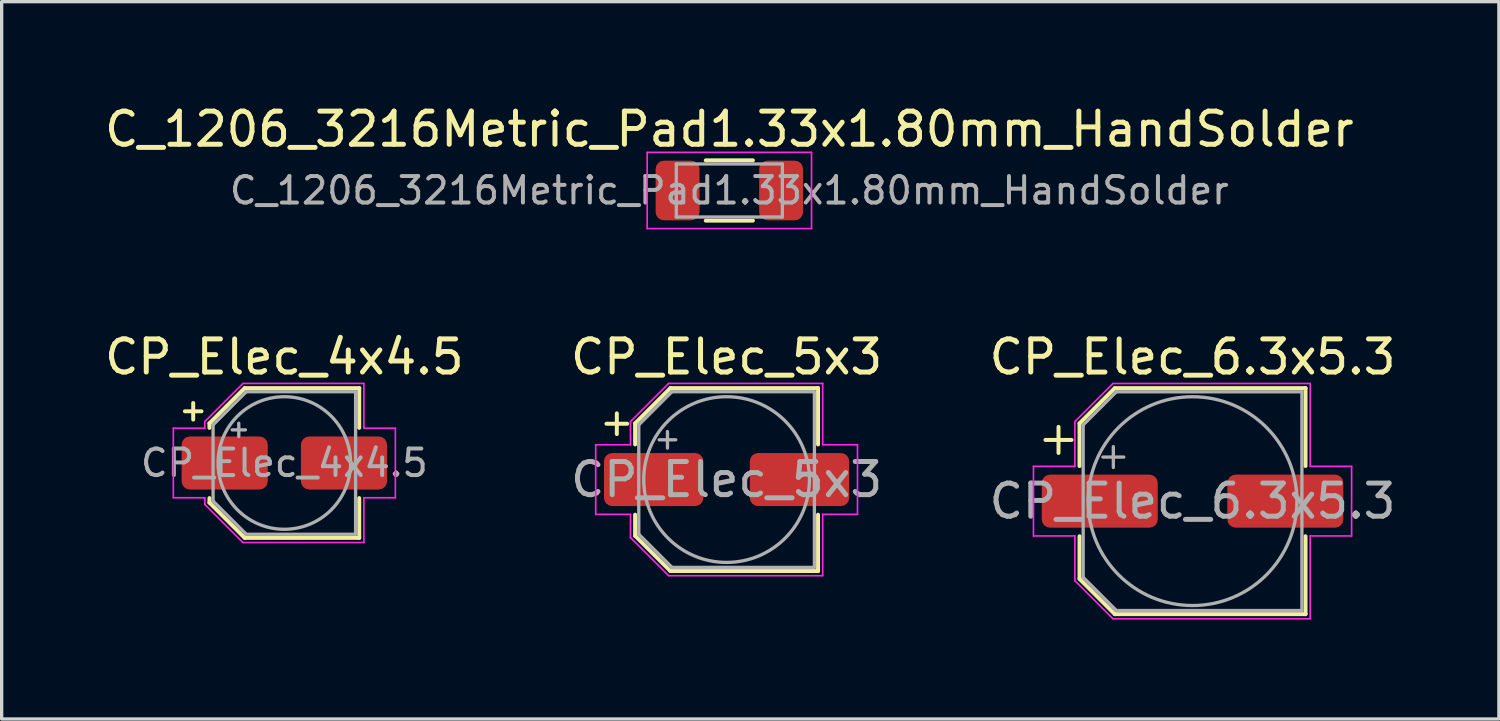
<source format=kicad_pcb>
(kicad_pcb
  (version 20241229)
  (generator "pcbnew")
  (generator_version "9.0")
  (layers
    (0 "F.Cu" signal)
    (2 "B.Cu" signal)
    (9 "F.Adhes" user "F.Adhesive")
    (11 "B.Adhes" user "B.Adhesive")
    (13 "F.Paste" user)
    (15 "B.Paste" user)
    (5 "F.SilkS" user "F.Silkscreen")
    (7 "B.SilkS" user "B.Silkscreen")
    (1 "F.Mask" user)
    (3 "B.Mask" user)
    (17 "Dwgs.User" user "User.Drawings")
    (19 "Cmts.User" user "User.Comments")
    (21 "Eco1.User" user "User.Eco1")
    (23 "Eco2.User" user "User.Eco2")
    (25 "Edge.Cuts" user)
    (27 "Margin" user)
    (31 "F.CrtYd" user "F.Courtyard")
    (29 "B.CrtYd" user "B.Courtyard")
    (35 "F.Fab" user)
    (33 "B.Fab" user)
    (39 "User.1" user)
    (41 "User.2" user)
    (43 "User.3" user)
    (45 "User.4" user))
  (footprint "CP_Elec_4x4.5"
    (layer "F.Cu")
    (at 5.53 10.921)
    (property "Reference" "CP_Elec_4x4.5" (at 0 -3.2 0) (layer "F.SilkS") (effects (font (size 1 1) (thickness 0.15))))
    (attr smd)
    (fp_line (start -3 -1.56) (end -2.5 -1.56) (stroke (width 0.12) (type solid)) (layer "F.SilkS"))
    (fp_line (start -2.75 -1.81) (end -2.75 -1.31) (stroke (width 0.12) (type solid)) (layer "F.SilkS"))
    (fp_line (start -2.26 -1.196) (end -2.26 -1.06) (stroke (width 0.12) (type solid)) (layer "F.SilkS"))
    (fp_line (start -2.26 -1.196) (end -1.196 -2.26) (stroke (width 0.12) (type solid)) (layer "F.SilkS"))
    (fp_line (start -2.26 1.196) (end -2.26 1.06) (stroke (width 0.12) (type solid)) (layer "F.SilkS"))
    (fp_line (start -2.26 1.196) (end -1.196 2.26) (stroke (width 0.12) (type solid)) (layer "F.SilkS"))
    (fp_line (start -1.196 -2.26) (end 2.26 -2.26) (stroke (width 0.12) (type solid)) (layer "F.SilkS"))
    (fp_line (start -1.196 2.26) (end 2.26 2.26) (stroke (width 0.12) (type solid)) (layer "F.SilkS"))
    (fp_line (start 2.26 -2.26) (end 2.26 -1.06) (stroke (width 0.12) (type solid)) (layer "F.SilkS"))
    (fp_line (start 2.26 2.26) (end 2.26 1.06) (stroke (width 0.12) (type solid)) (layer "F.SilkS"))
    (fp_line (start -3.35 -1.05) (end -3.35 1.05) (stroke (width 0.05) (type solid)) (layer "F.CrtYd"))
    (fp_line (start -3.35 1.05) (end -2.4 1.05) (stroke (width 0.05) (type solid)) (layer "F.CrtYd"))
    (fp_line (start -2.4 -1.25) (end -2.4 -1.05) (stroke (width 0.05) (type solid)) (layer "F.CrtYd"))
    (fp_line (start -2.4 -1.25) (end -1.25 -2.4) (stroke (width 0.05) (type solid)) (layer "F.CrtYd"))
    (fp_line (start -2.4 -1.05) (end -3.35 -1.05) (stroke (width 0.05) (type solid)) (layer "F.CrtYd"))
    (fp_line (start -2.4 1.05) (end -2.4 1.25) (stroke (width 0.05) (type solid)) (layer "F.CrtYd"))
    (fp_line (start -2.4 1.25) (end -1.25 2.4) (stroke (width 0.05) (type solid)) (layer "F.CrtYd"))
    (fp_line (start -1.25 -2.4) (end 2.4 -2.4) (stroke (width 0.05) (type solid)) (layer "F.CrtYd"))
    (fp_line (start -1.25 2.4) (end 2.4 2.4) (stroke (width 0.05) (type solid)) (layer "F.CrtYd"))
    (fp_line (start 2.4 -2.4) (end 2.4 -1.05) (stroke (width 0.05) (type solid)) (layer "F.CrtYd"))
    (fp_line (start 2.4 -1.05) (end 3.35 -1.05) (stroke (width 0.05) (type solid)) (layer "F.CrtYd"))
    (fp_line (start 2.4 1.05) (end 2.4 2.4) (stroke (width 0.05) (type solid)) (layer "F.CrtYd"))
    (fp_line (start 3.35 -1.05) (end 3.35 1.05) (stroke (width 0.05) (type solid)) (layer "F.CrtYd"))
    (fp_line (start 3.35 1.05) (end 2.4 1.05) (stroke (width 0.05) (type solid)) (layer "F.CrtYd"))
    (fp_line (start -2.15 -1.15) (end -2.15 1.15) (stroke (width 0.1) (type solid)) (layer "F.Fab"))
    (fp_line (start -2.15 -1.15) (end -1.15 -2.15) (stroke (width 0.1) (type solid)) (layer "F.Fab"))
    (fp_line (start -2.15 1.15) (end -1.15 2.15) (stroke (width 0.1) (type solid)) (layer "F.Fab"))
    (fp_line (start -1.575 -1) (end -1.175 -1) (stroke (width 0.1) (type solid)) (layer "F.Fab"))
    (fp_line (start -1.375 -1.2) (end -1.375 -0.8) (stroke (width 0.1) (type solid)) (layer "F.Fab"))
    (fp_line (start -1.15 -2.15) (end 2.15 -2.15) (stroke (width 0.1) (type solid)) (layer "F.Fab"))
    (fp_line (start -1.15 2.15) (end 2.15 2.15) (stroke (width 0.1) (type solid)) (layer "F.Fab"))
    (fp_line (start 2.15 -2.15) (end 2.15 2.15) (stroke (width 0.1) (type solid)) (layer "F.Fab"))
    (fp_circle (center 0 0) (end 2 0) (stroke (width 0.1) (type solid)) (fill no) (layer "F.Fab"))
    (fp_text user "${REFERENCE}" (at 0 0 0) (layer "F.Fab") (effects (font (size 0.8 0.8) (thickness 0.12))))
    (pad "1" smd roundrect (at -1.8 0) (size 2.6 1.6) (layers "F.Cu" "F.Mask" "F.Paste") (roundrect_rratio 0.156))
    (pad "2" smd roundrect (at 1.8 0) (size 2.6 1.6) (layers "F.Cu" "F.Mask" "F.Paste") (roundrect_rratio 0.156)))
  (footprint "CP_Elec_6.3x5.3"
    (layer "F.Cu")
    (at 32.935 12.072)
    (property "Reference" "CP_Elec_6.3x5.3" (at 0 -4.35 0) (layer "F.SilkS") (effects (font (size 1 1) (thickness 0.15))))
    (attr smd)
    (fp_line (start -4.438 -1.847) (end -3.65 -1.847) (stroke (width 0.12) (type solid)) (layer "F.SilkS"))
    (fp_line (start -4.044 -2.241) (end -4.044 -1.454) (stroke (width 0.12) (type solid)) (layer "F.SilkS"))
    (fp_line (start -3.41 -2.346) (end -3.41 -1.06) (stroke (width 0.12) (type solid)) (layer "F.SilkS"))
    (fp_line (start -3.41 -2.346) (end -2.346 -3.41) (stroke (width 0.12) (type solid)) (layer "F.SilkS"))
    (fp_line (start -3.41 2.346) (end -3.41 1.06) (stroke (width 0.12) (type solid)) (layer "F.SilkS"))
    (fp_line (start -3.41 2.346) (end -2.346 3.41) (stroke (width 0.12) (type solid)) (layer "F.SilkS"))
    (fp_line (start -2.346 -3.41) (end 3.41 -3.41) (stroke (width 0.12) (type solid)) (layer "F.SilkS"))
    (fp_line (start -2.346 3.41) (end 3.41 3.41) (stroke (width 0.12) (type solid)) (layer "F.SilkS"))
    (fp_line (start 3.41 -3.41) (end 3.41 -1.06) (stroke (width 0.12) (type solid)) (layer "F.SilkS"))
    (fp_line (start 3.41 3.41) (end 3.41 1.06) (stroke (width 0.12) (type solid)) (layer "F.SilkS"))
    (fp_line (start -4.8 -1.05) (end -4.8 1.05) (stroke (width 0.05) (type solid)) (layer "F.CrtYd"))
    (fp_line (start -4.8 1.05) (end -3.55 1.05) (stroke (width 0.05) (type solid)) (layer "F.CrtYd"))
    (fp_line (start -3.55 -2.4) (end -3.55 -1.05) (stroke (width 0.05) (type solid)) (layer "F.CrtYd"))
    (fp_line (start -3.55 -2.4) (end -2.4 -3.55) (stroke (width 0.05) (type solid)) (layer "F.CrtYd"))
    (fp_line (start -3.55 -1.05) (end -4.8 -1.05) (stroke (width 0.05) (type solid)) (layer "F.CrtYd"))
    (fp_line (start -3.55 1.05) (end -3.55 2.4) (stroke (width 0.05) (type solid)) (layer "F.CrtYd"))
    (fp_line (start -3.55 2.4) (end -2.4 3.55) (stroke (width 0.05) (type solid)) (layer "F.CrtYd"))
    (fp_line (start -2.4 -3.55) (end 3.55 -3.55) (stroke (width 0.05) (type solid)) (layer "F.CrtYd"))
    (fp_line (start -2.4 3.55) (end 3.55 3.55) (stroke (width 0.05) (type solid)) (layer "F.CrtYd"))
    (fp_line (start 3.55 -3.55) (end 3.55 -1.05) (stroke (width 0.05) (type solid)) (layer "F.CrtYd"))
    (fp_line (start 3.55 -1.05) (end 4.8 -1.05) (stroke (width 0.05) (type solid)) (layer "F.CrtYd"))
    (fp_line (start 3.55 1.05) (end 3.55 3.55) (stroke (width 0.05) (type solid)) (layer "F.CrtYd"))
    (fp_line (start 4.8 -1.05) (end 4.8 1.05) (stroke (width 0.05) (type solid)) (layer "F.CrtYd"))
    (fp_line (start 4.8 1.05) (end 3.55 1.05) (stroke (width 0.05) (type solid)) (layer "F.CrtYd"))
    (fp_line (start -3.3 -2.3) (end -3.3 2.3) (stroke (width 0.1) (type solid)) (layer "F.Fab"))
    (fp_line (start -3.3 -2.3) (end -2.3 -3.3) (stroke (width 0.1) (type solid)) (layer "F.Fab"))
    (fp_line (start -3.3 2.3) (end -2.3 3.3) (stroke (width 0.1) (type solid)) (layer "F.Fab"))
    (fp_line (start -2.705 -1.33) (end -2.075 -1.33) (stroke (width 0.1) (type solid)) (layer "F.Fab"))
    (fp_line (start -2.39 -1.645) (end -2.39 -1.015) (stroke (width 0.1) (type solid)) (layer "F.Fab"))
    (fp_line (start -2.3 -3.3) (end 3.3 -3.3) (stroke (width 0.1) (type solid)) (layer "F.Fab"))
    (fp_line (start -2.3 3.3) (end 3.3 3.3) (stroke (width 0.1) (type solid)) (layer "F.Fab"))
    (fp_line (start 3.3 -3.3) (end 3.3 3.3) (stroke (width 0.1) (type solid)) (layer "F.Fab"))
    (fp_circle (center 0 0) (end 3.15 0) (stroke (width 0.1) (type solid)) (fill no) (layer "F.Fab"))
    (fp_text user "${REFERENCE}" (at 0 0 0) (layer "F.Fab") (effects (font (size 1 1) (thickness 0.15))))
    (pad "1" smd roundrect (at -2.8 0) (size 3.5 1.6) (layers "F.Cu" "F.Mask" "F.Paste") (roundrect_rratio 0.156))
    (pad "2" smd roundrect (at 2.8 0) (size 3.5 1.6) (layers "F.Cu" "F.Mask" "F.Paste") (roundrect_rratio 0.156)))
  (footprint "C_1206_3216Metric_Pad1.33x1.80mm_HandSolder"
    (layer "F.Cu")
    (at 18.958 2.698)
    (property "Reference" "C_1206_3216Metric_Pad1.33x1.80mm_HandSolder" (at 0 -1.85 0) (layer "F.SilkS") (effects (font (size 1 1) (thickness 0.15))))
    (attr smd)
    (fp_line (start -0.711 -0.91) (end 0.711 -0.91) (stroke (width 0.12) (type solid)) (layer "F.SilkS"))
    (fp_line (start -0.711 0.91) (end 0.711 0.91) (stroke (width 0.12) (type solid)) (layer "F.SilkS"))
    (fp_line (start -2.48 -1.15) (end 2.48 -1.15) (stroke (width 0.05) (type solid)) (layer "F.CrtYd"))
    (fp_line (start -2.48 1.15) (end -2.48 -1.15) (stroke (width 0.05) (type solid)) (layer "F.CrtYd"))
    (fp_line (start 2.48 -1.15) (end 2.48 1.15) (stroke (width 0.05) (type solid)) (layer "F.CrtYd"))
    (fp_line (start 2.48 1.15) (end -2.48 1.15) (stroke (width 0.05) (type solid)) (layer "F.CrtYd"))
    (fp_line (start -1.6 -0.8) (end 1.6 -0.8) (stroke (width 0.1) (type solid)) (layer "F.Fab"))
    (fp_line (start -1.6 0.8) (end -1.6 -0.8) (stroke (width 0.1) (type solid)) (layer "F.Fab"))
    (fp_line (start 1.6 -0.8) (end 1.6 0.8) (stroke (width 0.1) (type solid)) (layer "F.Fab"))
    (fp_line (start 1.6 0.8) (end -1.6 0.8) (stroke (width 0.1) (type solid)) (layer "F.Fab"))
    (fp_text user "${REFERENCE}" (at 0 0 0) (layer "F.Fab") (effects (font (size 0.8 0.8) (thickness 0.12))))
    (pad "1" smd roundrect (at -1.562 0) (size 1.325 1.8) (layers "F.Cu" "F.Mask" "F.Paste") (roundrect_rratio 0.189))
    (pad "2" smd roundrect (at 1.562 0) (size 1.325 1.8) (layers "F.Cu" "F.Mask" "F.Paste") (roundrect_rratio 0.189)))
  (footprint "CP_Elec_5x3"
    (layer "F.Cu")
    (at 18.875 11.421)
    (property "Reference" "CP_Elec_5x3" (at 0 -3.7 0) (layer "F.SilkS") (effects (font (size 1 1) (thickness 0.15))))
    (attr smd)
    (fp_line (start -3.625 -1.685) (end -3 -1.685) (stroke (width 0.12) (type solid)) (layer "F.SilkS"))
    (fp_line (start -3.312 -1.998) (end -3.312 -1.373) (stroke (width 0.12) (type solid)) (layer "F.SilkS"))
    (fp_line (start -2.76 -1.696) (end -2.76 -1.06) (stroke (width 0.12) (type solid)) (layer "F.SilkS"))
    (fp_line (start -2.76 -1.696) (end -1.696 -2.76) (stroke (width 0.12) (type solid)) (layer "F.SilkS"))
    (fp_line (start -2.76 1.696) (end -2.76 1.06) (stroke (width 0.12) (type solid)) (layer "F.SilkS"))
    (fp_line (start -2.76 1.696) (end -1.696 2.76) (stroke (width 0.12) (type solid)) (layer "F.SilkS"))
    (fp_line (start -1.696 -2.76) (end 2.76 -2.76) (stroke (width 0.12) (type solid)) (layer "F.SilkS"))
    (fp_line (start -1.696 2.76) (end 2.76 2.76) (stroke (width 0.12) (type solid)) (layer "F.SilkS"))
    (fp_line (start 2.76 -2.76) (end 2.76 -1.06) (stroke (width 0.12) (type solid)) (layer "F.SilkS"))
    (fp_line (start 2.76 2.76) (end 2.76 1.06) (stroke (width 0.12) (type solid)) (layer "F.SilkS"))
    (fp_line (start -3.95 -1.05) (end -3.95 1.05) (stroke (width 0.05) (type solid)) (layer "F.CrtYd"))
    (fp_line (start -3.95 1.05) (end -2.9 1.05) (stroke (width 0.05) (type solid)) (layer "F.CrtYd"))
    (fp_line (start -2.9 -1.75) (end -2.9 -1.05) (stroke (width 0.05) (type solid)) (layer "F.CrtYd"))
    (fp_line (start -2.9 -1.75) (end -1.75 -2.9) (stroke (width 0.05) (type solid)) (layer "F.CrtYd"))
    (fp_line (start -2.9 -1.05) (end -3.95 -1.05) (stroke (width 0.05) (type solid)) (layer "F.CrtYd"))
    (fp_line (start -2.9 1.05) (end -2.9 1.75) (stroke (width 0.05) (type solid)) (layer "F.CrtYd"))
    (fp_line (start -2.9 1.75) (end -1.75 2.9) (stroke (width 0.05) (type solid)) (layer "F.CrtYd"))
    (fp_line (start -1.75 -2.9) (end 2.9 -2.9) (stroke (width 0.05) (type solid)) (layer "F.CrtYd"))
    (fp_line (start -1.75 2.9) (end 2.9 2.9) (stroke (width 0.05) (type solid)) (layer "F.CrtYd"))
    (fp_line (start 2.9 -2.9) (end 2.9 -1.05) (stroke (width 0.05) (type solid)) (layer "F.CrtYd"))
    (fp_line (start 2.9 -1.05) (end 3.95 -1.05) (stroke (width 0.05) (type solid)) (layer "F.CrtYd"))
    (fp_line (start 2.9 1.05) (end 2.9 2.9) (stroke (width 0.05) (type solid)) (layer "F.CrtYd"))
    (fp_line (start 3.95 -1.05) (end 3.95 1.05) (stroke (width 0.05) (type solid)) (layer "F.CrtYd"))
    (fp_line (start 3.95 1.05) (end 2.9 1.05) (stroke (width 0.05) (type solid)) (layer "F.CrtYd"))
    (fp_line (start -2.65 -1.65) (end -2.65 1.65) (stroke (width 0.1) (type solid)) (layer "F.Fab"))
    (fp_line (start -2.65 -1.65) (end -1.65 -2.65) (stroke (width 0.1) (type solid)) (layer "F.Fab"))
    (fp_line (start -2.65 1.65) (end -1.65 2.65) (stroke (width 0.1) (type solid)) (layer "F.Fab"))
    (fp_line (start -2.034 -1.2) (end -1.534 -1.2) (stroke (width 0.1) (type solid)) (layer "F.Fab"))
    (fp_line (start -1.784 -1.45) (end -1.784 -0.95) (stroke (width 0.1) (type solid)) (layer "F.Fab"))
    (fp_line (start -1.65 -2.65) (end 2.65 -2.65) (stroke (width 0.1) (type solid)) (layer "F.Fab"))
    (fp_line (start -1.65 2.65) (end 2.65 2.65) (stroke (width 0.1) (type solid)) (layer "F.Fab"))
    (fp_line (start 2.65 -2.65) (end 2.65 2.65) (stroke (width 0.1) (type solid)) (layer "F.Fab"))
    (fp_circle (center 0 0) (end 2.5 0) (stroke (width 0.1) (type solid)) (fill no) (layer "F.Fab"))
    (fp_text user "${REFERENCE}" (at 0 0 0) (layer "F.Fab") (effects (font (size 1 1) (thickness 0.15))))
    (pad "1" smd roundrect (at -2.2 0) (size 3 1.6) (layers "F.Cu" "F.Mask" "F.Paste") (roundrect_rratio 0.156))
    (pad "2" smd roundrect (at 2.2 0) (size 3 1.6) (layers "F.Cu" "F.Mask" "F.Paste") (roundrect_rratio 0.156)))
  (gr_rect
    (start -3 -3)
    (end 42.179 18.646)
    (stroke (width 0.1) (type default))
    (fill no)
    (layer "Edge.Cuts")))
</source>
